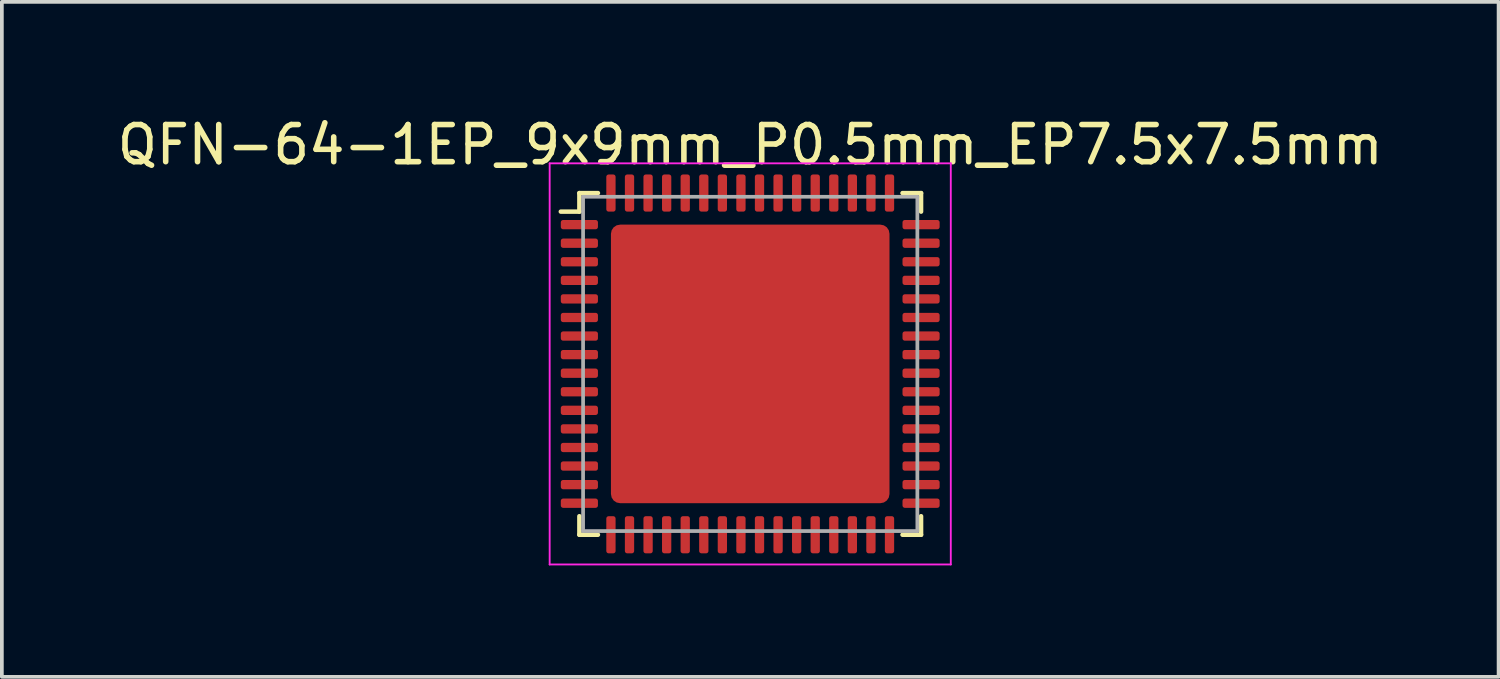
<source format=kicad_pcb>
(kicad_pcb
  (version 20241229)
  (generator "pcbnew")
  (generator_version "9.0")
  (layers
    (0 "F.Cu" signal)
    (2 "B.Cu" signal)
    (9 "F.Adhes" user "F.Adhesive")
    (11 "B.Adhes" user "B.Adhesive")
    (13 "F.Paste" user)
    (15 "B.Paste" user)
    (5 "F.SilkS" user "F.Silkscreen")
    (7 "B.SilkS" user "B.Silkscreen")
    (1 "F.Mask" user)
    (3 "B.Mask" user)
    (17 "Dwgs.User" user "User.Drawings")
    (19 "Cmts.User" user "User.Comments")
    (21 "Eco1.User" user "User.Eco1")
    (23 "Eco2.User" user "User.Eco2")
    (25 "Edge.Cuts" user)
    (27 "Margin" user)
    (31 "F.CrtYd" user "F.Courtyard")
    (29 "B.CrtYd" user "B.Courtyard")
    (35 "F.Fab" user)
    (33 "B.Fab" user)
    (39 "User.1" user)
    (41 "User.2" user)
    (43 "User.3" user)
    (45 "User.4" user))
  (footprint "QFN-64-1EP_9x9mm_P0.5mm_EP7.5x7.5mm"
    (layer "F.Cu")
    (at 17.149 6.748)
    (property "Reference" "QFN-64-1EP_9x9mm_P0.5mm_EP7.5x7.5mm" (at 0 -5.9 0) (layer "F.SilkS") (effects (font (size 1 1) (thickness 0.15))))
    (attr smd)
    (fp_line (start -5.1 -4.1) (end -4.6 -4.1) (stroke (width 0.12) (type solid)) (layer "F.SilkS"))
    (fp_line (start -4.6 -4.1) (end -4.6 -4.6) (stroke (width 0.12) (type solid)) (layer "F.SilkS"))
    (fp_line (start -4.6 4.6) (end -4.6 4.1) (stroke (width 0.12) (type solid)) (layer "F.SilkS"))
    (fp_line (start -4.1 -4.6) (end -4.6 -4.6) (stroke (width 0.12) (type solid)) (layer "F.SilkS"))
    (fp_line (start -4.1 4.6) (end -4.6 4.6) (stroke (width 0.12) (type solid)) (layer "F.SilkS"))
    (fp_line (start 4.1 -4.6) (end 4.6 -4.6) (stroke (width 0.12) (type solid)) (layer "F.SilkS"))
    (fp_line (start 4.1 4.6) (end 4.6 4.6) (stroke (width 0.12) (type solid)) (layer "F.SilkS"))
    (fp_line (start 4.6 -4.6) (end 4.6 -4.1) (stroke (width 0.12) (type solid)) (layer "F.SilkS"))
    (fp_line (start 4.6 4.6) (end 4.6 4.1) (stroke (width 0.12) (type solid)) (layer "F.SilkS"))
    (fp_line (start -5.4 -5.4) (end -5.4 5.4) (stroke (width 0.05) (type solid)) (layer "F.CrtYd"))
    (fp_line (start -5.4 5.4) (end 5.4 5.4) (stroke (width 0.05) (type solid)) (layer "F.CrtYd"))
    (fp_line (start 5.4 -5.4) (end -5.4 -5.4) (stroke (width 0.05) (type solid)) (layer "F.CrtYd"))
    (fp_line (start 5.4 5.4) (end 5.4 -5.4) (stroke (width 0.05) (type solid)) (layer "F.CrtYd"))
    (fp_line (start -4.5 -4.5) (end 4.5 -4.5) (stroke (width 0.1) (type solid)) (layer "F.Fab"))
    (fp_line (start -4.5 4.5) (end -4.5 -4.5) (stroke (width 0.1) (type solid)) (layer "F.Fab"))
    (fp_line (start 4.5 -4.5) (end 4.5 4.5) (stroke (width 0.1) (type solid)) (layer "F.Fab"))
    (fp_line (start 4.5 4.5) (end -4.5 4.5) (stroke (width 0.1) (type solid)) (layer "F.Fab"))
    (pad "" smd roundrect (at -3.125 -3.125) (size 1.01 1.01) (layers "F.Paste") (roundrect_rratio 0.248))
    (pad "" smd roundrect (at -3.125 -1.875) (size 1.01 1.01) (layers "F.Paste") (roundrect_rratio 0.248))
    (pad "" smd roundrect (at -3.125 -0.625) (size 1.01 1.01) (layers "F.Paste") (roundrect_rratio 0.248))
    (pad "" smd roundrect (at -3.125 0.625) (size 1.01 1.01) (layers "F.Paste") (roundrect_rratio 0.248))
    (pad "" smd roundrect (at -3.125 1.875) (size 1.01 1.01) (layers "F.Paste") (roundrect_rratio 0.248))
    (pad "" smd roundrect (at -3.125 3.125) (size 1.01 1.01) (layers "F.Paste") (roundrect_rratio 0.248))
    (pad "" smd roundrect (at -1.875 -3.125) (size 1.01 1.01) (layers "F.Paste") (roundrect_rratio 0.248))
    (pad "" smd roundrect (at -1.875 -1.875) (size 1.01 1.01) (layers "F.Paste") (roundrect_rratio 0.248))
    (pad "" smd roundrect (at -1.875 -0.625) (size 1.01 1.01) (layers "F.Paste") (roundrect_rratio 0.248))
    (pad "" smd roundrect (at -1.875 0.625) (size 1.01 1.01) (layers "F.Paste") (roundrect_rratio 0.248))
    (pad "" smd roundrect (at -1.875 1.875) (size 1.01 1.01) (layers "F.Paste") (roundrect_rratio 0.248))
    (pad "" smd roundrect (at -1.875 3.125) (size 1.01 1.01) (layers "F.Paste") (roundrect_rratio 0.248))
    (pad "" smd roundrect (at -0.625 -3.125) (size 1.01 1.01) (layers "F.Paste") (roundrect_rratio 0.248))
    (pad "" smd roundrect (at -0.625 -1.875) (size 1.01 1.01) (layers "F.Paste") (roundrect_rratio 0.248))
    (pad "" smd roundrect (at -0.625 -0.625) (size 1.01 1.01) (layers "F.Paste") (roundrect_rratio 0.248))
    (pad "" smd roundrect (at -0.625 0.625) (size 1.01 1.01) (layers "F.Paste") (roundrect_rratio 0.248))
    (pad "" smd roundrect (at -0.625 1.875) (size 1.01 1.01) (layers "F.Paste") (roundrect_rratio 0.248))
    (pad "" smd roundrect (at -0.625 3.125) (size 1.01 1.01) (layers "F.Paste") (roundrect_rratio 0.248))
    (pad "" smd roundrect (at 0.625 -3.125) (size 1.01 1.01) (layers "F.Paste") (roundrect_rratio 0.248))
    (pad "" smd roundrect (at 0.625 -1.875) (size 1.01 1.01) (layers "F.Paste") (roundrect_rratio 0.248))
    (pad "" smd roundrect (at 0.625 -0.625) (size 1.01 1.01) (layers "F.Paste") (roundrect_rratio 0.248))
    (pad "" smd roundrect (at 0.625 0.625) (size 1.01 1.01) (layers "F.Paste") (roundrect_rratio 0.248))
    (pad "" smd roundrect (at 0.625 1.875) (size 1.01 1.01) (layers "F.Paste") (roundrect_rratio 0.248))
    (pad "" smd roundrect (at 0.625 3.125) (size 1.01 1.01) (layers "F.Paste") (roundrect_rratio 0.248))
    (pad "" smd roundrect (at 1.875 -3.125) (size 1.01 1.01) (layers "F.Paste") (roundrect_rratio 0.248))
    (pad "" smd roundrect (at 1.875 -1.875) (size 1.01 1.01) (layers "F.Paste") (roundrect_rratio 0.248))
    (pad "" smd roundrect (at 1.875 -0.625) (size 1.01 1.01) (layers "F.Paste") (roundrect_rratio 0.248))
    (pad "" smd roundrect (at 1.875 0.625) (size 1.01 1.01) (layers "F.Paste") (roundrect_rratio 0.248))
    (pad "" smd roundrect (at 1.875 1.875) (size 1.01 1.01) (layers "F.Paste") (roundrect_rratio 0.248))
    (pad "" smd roundrect (at 1.875 3.125) (size 1.01 1.01) (layers "F.Paste") (roundrect_rratio 0.248))
    (pad "" smd roundrect (at 3.125 -3.125) (size 1.01 1.01) (layers "F.Paste") (roundrect_rratio 0.248))
    (pad "" smd roundrect (at 3.125 -1.875) (size 1.01 1.01) (layers "F.Paste") (roundrect_rratio 0.248))
    (pad "" smd roundrect (at 3.125 -0.625) (size 1.01 1.01) (layers "F.Paste") (roundrect_rratio 0.248))
    (pad "" smd roundrect (at 3.125 0.625) (size 1.01 1.01) (layers "F.Paste") (roundrect_rratio 0.248))
    (pad "" smd roundrect (at 3.125 1.875) (size 1.01 1.01) (layers "F.Paste") (roundrect_rratio 0.248))
    (pad "" smd roundrect (at 3.125 3.125) (size 1.01 1.01) (layers "F.Paste") (roundrect_rratio 0.248))
    (pad "1" smd roundrect (at -4.6 -3.75) (size 1 0.25) (layers "F.Cu" "F.Mask" "F.Paste") (roundrect_rratio 0.25))
    (pad "2" smd roundrect (at -4.6 -3.25) (size 1 0.25) (layers "F.Cu" "F.Mask" "F.Paste") (roundrect_rratio 0.25))
    (pad "3" smd roundrect (at -4.6 -2.75) (size 1 0.25) (layers "F.Cu" "F.Mask" "F.Paste") (roundrect_rratio 0.25))
    (pad "4" smd roundrect (at -4.6 -2.25) (size 1 0.25) (layers "F.Cu" "F.Mask" "F.Paste") (roundrect_rratio 0.25))
    (pad "5" smd roundrect (at -4.6 -1.75) (size 1 0.25) (layers "F.Cu" "F.Mask" "F.Paste") (roundrect_rratio 0.25))
    (pad "6" smd roundrect (at -4.6 -1.25) (size 1 0.25) (layers "F.Cu" "F.Mask" "F.Paste") (roundrect_rratio 0.25))
    (pad "7" smd roundrect (at -4.6 -0.75) (size 1 0.25) (layers "F.Cu" "F.Mask" "F.Paste") (roundrect_rratio 0.25))
    (pad "8" smd roundrect (at -4.6 -0.25) (size 1 0.25) (layers "F.Cu" "F.Mask" "F.Paste") (roundrect_rratio 0.25))
    (pad "9" smd roundrect (at -4.6 0.25) (size 1 0.25) (layers "F.Cu" "F.Mask" "F.Paste") (roundrect_rratio 0.25))
    (pad "10" smd roundrect (at -4.6 0.75) (size 1 0.25) (layers "F.Cu" "F.Mask" "F.Paste") (roundrect_rratio 0.25))
    (pad "11" smd roundrect (at -4.6 1.25) (size 1 0.25) (layers "F.Cu" "F.Mask" "F.Paste") (roundrect_rratio 0.25))
    (pad "12" smd roundrect (at -4.6 1.75) (size 1 0.25) (layers "F.Cu" "F.Mask" "F.Paste") (roundrect_rratio 0.25))
    (pad "13" smd roundrect (at -4.6 2.25) (size 1 0.25) (layers "F.Cu" "F.Mask" "F.Paste") (roundrect_rratio 0.25))
    (pad "14" smd roundrect (at -4.6 2.75) (size 1 0.25) (layers "F.Cu" "F.Mask" "F.Paste") (roundrect_rratio 0.25))
    (pad "15" smd roundrect (at -4.6 3.25) (size 1 0.25) (layers "F.Cu" "F.Mask" "F.Paste") (roundrect_rratio 0.25))
    (pad "16" smd roundrect (at -4.6 3.75) (size 1 0.25) (layers "F.Cu" "F.Mask" "F.Paste") (roundrect_rratio 0.25))
    (pad "17" smd roundrect (at -3.75 4.6) (size 0.25 1) (layers "F.Cu" "F.Mask" "F.Paste") (roundrect_rratio 0.25))
    (pad "18" smd roundrect (at -3.25 4.6) (size 0.25 1) (layers "F.Cu" "F.Mask" "F.Paste") (roundrect_rratio 0.25))
    (pad "19" smd roundrect (at -2.75 4.6) (size 0.25 1) (layers "F.Cu" "F.Mask" "F.Paste") (roundrect_rratio 0.25))
    (pad "20" smd roundrect (at -2.25 4.6) (size 0.25 1) (layers "F.Cu" "F.Mask" "F.Paste") (roundrect_rratio 0.25))
    (pad "21" smd roundrect (at -1.75 4.6) (size 0.25 1) (layers "F.Cu" "F.Mask" "F.Paste") (roundrect_rratio 0.25))
    (pad "22" smd roundrect (at -1.25 4.6) (size 0.25 1) (layers "F.Cu" "F.Mask" "F.Paste") (roundrect_rratio 0.25))
    (pad "23" smd roundrect (at -0.75 4.6) (size 0.25 1) (layers "F.Cu" "F.Mask" "F.Paste") (roundrect_rratio 0.25))
    (pad "24" smd roundrect (at -0.25 4.6) (size 0.25 1) (layers "F.Cu" "F.Mask" "F.Paste") (roundrect_rratio 0.25))
    (pad "25" smd roundrect (at 0.25 4.6) (size 0.25 1) (layers "F.Cu" "F.Mask" "F.Paste") (roundrect_rratio 0.25))
    (pad "26" smd roundrect (at 0.75 4.6) (size 0.25 1) (layers "F.Cu" "F.Mask" "F.Paste") (roundrect_rratio 0.25))
    (pad "27" smd roundrect (at 1.25 4.6) (size 0.25 1) (layers "F.Cu" "F.Mask" "F.Paste") (roundrect_rratio 0.25))
    (pad "28" smd roundrect (at 1.75 4.6) (size 0.25 1) (layers "F.Cu" "F.Mask" "F.Paste") (roundrect_rratio 0.25))
    (pad "29" smd roundrect (at 2.25 4.6) (size 0.25 1) (layers "F.Cu" "F.Mask" "F.Paste") (roundrect_rratio 0.25))
    (pad "30" smd roundrect (at 2.75 4.6) (size 0.25 1) (layers "F.Cu" "F.Mask" "F.Paste") (roundrect_rratio 0.25))
    (pad "31" smd roundrect (at 3.25 4.6) (size 0.25 1) (layers "F.Cu" "F.Mask" "F.Paste") (roundrect_rratio 0.25))
    (pad "32" smd roundrect (at 3.75 4.6) (size 0.25 1) (layers "F.Cu" "F.Mask" "F.Paste") (roundrect_rratio 0.25))
    (pad "33" smd roundrect (at 4.6 3.75) (size 1 0.25) (layers "F.Cu" "F.Mask" "F.Paste") (roundrect_rratio 0.25))
    (pad "34" smd roundrect (at 4.6 3.25) (size 1 0.25) (layers "F.Cu" "F.Mask" "F.Paste") (roundrect_rratio 0.25))
    (pad "35" smd roundrect (at 4.6 2.75) (size 1 0.25) (layers "F.Cu" "F.Mask" "F.Paste") (roundrect_rratio 0.25))
    (pad "36" smd roundrect (at 4.6 2.25) (size 1 0.25) (layers "F.Cu" "F.Mask" "F.Paste") (roundrect_rratio 0.25))
    (pad "37" smd roundrect (at 4.6 1.75) (size 1 0.25) (layers "F.Cu" "F.Mask" "F.Paste") (roundrect_rratio 0.25))
    (pad "38" smd roundrect (at 4.6 1.25) (size 1 0.25) (layers "F.Cu" "F.Mask" "F.Paste") (roundrect_rratio 0.25))
    (pad "39" smd roundrect (at 4.6 0.75) (size 1 0.25) (layers "F.Cu" "F.Mask" "F.Paste") (roundrect_rratio 0.25))
    (pad "40" smd roundrect (at 4.6 0.25) (size 1 0.25) (layers "F.Cu" "F.Mask" "F.Paste") (roundrect_rratio 0.25))
    (pad "41" smd roundrect (at 4.6 -0.25) (size 1 0.25) (layers "F.Cu" "F.Mask" "F.Paste") (roundrect_rratio 0.25))
    (pad "42" smd roundrect (at 4.6 -0.75) (size 1 0.25) (layers "F.Cu" "F.Mask" "F.Paste") (roundrect_rratio 0.25))
    (pad "43" smd roundrect (at 4.6 -1.25) (size 1 0.25) (layers "F.Cu" "F.Mask" "F.Paste") (roundrect_rratio 0.25))
    (pad "44" smd roundrect (at 4.6 -1.75) (size 1 0.25) (layers "F.Cu" "F.Mask" "F.Paste") (roundrect_rratio 0.25))
    (pad "45" smd roundrect (at 4.6 -2.25) (size 1 0.25) (layers "F.Cu" "F.Mask" "F.Paste") (roundrect_rratio 0.25))
    (pad "46" smd roundrect (at 4.6 -2.75) (size 1 0.25) (layers "F.Cu" "F.Mask" "F.Paste") (roundrect_rratio 0.25))
    (pad "47" smd roundrect (at 4.6 -3.25) (size 1 0.25) (layers "F.Cu" "F.Mask" "F.Paste") (roundrect_rratio 0.25))
    (pad "48" smd roundrect (at 4.6 -3.75) (size 1 0.25) (layers "F.Cu" "F.Mask" "F.Paste") (roundrect_rratio 0.25))
    (pad "49" smd roundrect (at 3.75 -4.6) (size 0.25 1) (layers "F.Cu" "F.Mask" "F.Paste") (roundrect_rratio 0.25))
    (pad "50" smd roundrect (at 3.25 -4.6) (size 0.25 1) (layers "F.Cu" "F.Mask" "F.Paste") (roundrect_rratio 0.25))
    (pad "51" smd roundrect (at 2.75 -4.6) (size 0.25 1) (layers "F.Cu" "F.Mask" "F.Paste") (roundrect_rratio 0.25))
    (pad "52" smd roundrect (at 2.25 -4.6) (size 0.25 1) (layers "F.Cu" "F.Mask" "F.Paste") (roundrect_rratio 0.25))
    (pad "53" smd roundrect (at 1.75 -4.6) (size 0.25 1) (layers "F.Cu" "F.Mask" "F.Paste") (roundrect_rratio 0.25))
    (pad "54" smd roundrect (at 1.25 -4.6) (size 0.25 1) (layers "F.Cu" "F.Mask" "F.Paste") (roundrect_rratio 0.25))
    (pad "55" smd roundrect (at 0.75 -4.6) (size 0.25 1) (layers "F.Cu" "F.Mask" "F.Paste") (roundrect_rratio 0.25))
    (pad "56" smd roundrect (at 0.25 -4.6) (size 0.25 1) (layers "F.Cu" "F.Mask" "F.Paste") (roundrect_rratio 0.25))
    (pad "57" smd roundrect (at -0.25 -4.6) (size 0.25 1) (layers "F.Cu" "F.Mask" "F.Paste") (roundrect_rratio 0.25))
    (pad "58" smd roundrect (at -0.75 -4.6) (size 0.25 1) (layers "F.Cu" "F.Mask" "F.Paste") (roundrect_rratio 0.25))
    (pad "59" smd roundrect (at -1.25 -4.6) (size 0.25 1) (layers "F.Cu" "F.Mask" "F.Paste") (roundrect_rratio 0.25))
    (pad "60" smd roundrect (at -1.75 -4.6) (size 0.25 1) (layers "F.Cu" "F.Mask" "F.Paste") (roundrect_rratio 0.25))
    (pad "61" smd roundrect (at -2.25 -4.6) (size 0.25 1) (layers "F.Cu" "F.Mask" "F.Paste") (roundrect_rratio 0.25))
    (pad "62" smd roundrect (at -2.75 -4.6) (size 0.25 1) (layers "F.Cu" "F.Mask" "F.Paste") (roundrect_rratio 0.25))
    (pad "63" smd roundrect (at -3.25 -4.6) (size 0.25 1) (layers "F.Cu" "F.Mask" "F.Paste") (roundrect_rratio 0.25))
    (pad "64" smd roundrect (at -3.75 -4.6) (size 0.25 1) (layers "F.Cu" "F.Mask" "F.Paste") (roundrect_rratio 0.25))
    (pad "65" smd roundrect (at 0 0) (size 7.5 7.5) (layers "F.Cu" "F.Mask") (roundrect_rratio 0.033)))
  (gr_rect
    (start -3 -3)
    (end 37.298 15.173)
    (stroke (width 0.1) (type default))
    (fill no)
    (layer "Edge.Cuts")))
</source>
